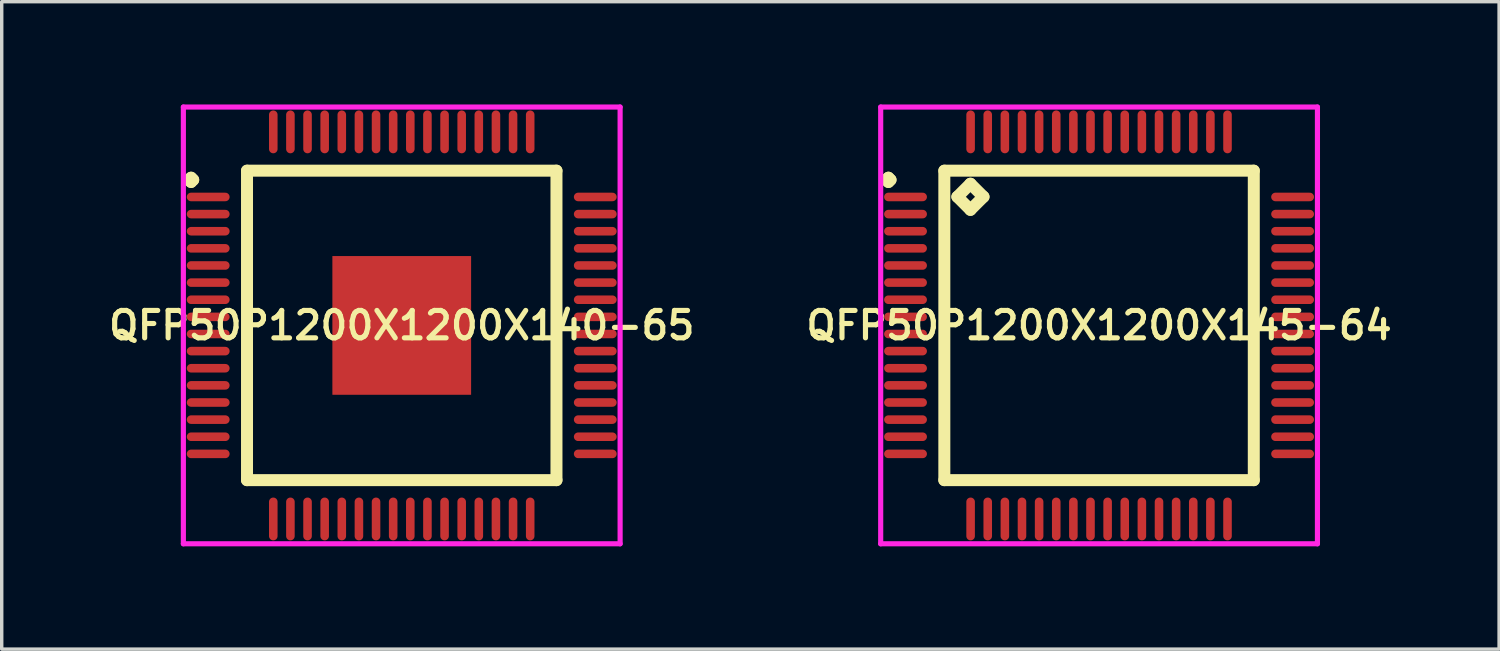
<source format=kicad_pcb>
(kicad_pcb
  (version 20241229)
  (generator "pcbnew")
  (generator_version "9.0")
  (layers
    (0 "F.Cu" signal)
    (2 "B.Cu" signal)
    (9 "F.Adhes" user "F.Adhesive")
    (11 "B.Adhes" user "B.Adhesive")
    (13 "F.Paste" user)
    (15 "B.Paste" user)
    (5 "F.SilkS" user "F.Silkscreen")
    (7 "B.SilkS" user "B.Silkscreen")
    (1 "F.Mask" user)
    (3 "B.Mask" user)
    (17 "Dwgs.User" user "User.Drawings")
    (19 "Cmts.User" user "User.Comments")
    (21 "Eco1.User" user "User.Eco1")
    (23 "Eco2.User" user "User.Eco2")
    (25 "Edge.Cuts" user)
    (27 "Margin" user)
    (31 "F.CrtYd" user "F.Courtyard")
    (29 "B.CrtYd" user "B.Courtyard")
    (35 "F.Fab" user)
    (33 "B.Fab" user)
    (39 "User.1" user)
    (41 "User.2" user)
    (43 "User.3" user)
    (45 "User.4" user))
  (footprint "QFP50P1200X1200X140-65"
    (layer "F.Cu")
    (at 8.678 6.45)
    (property "Reference" "QFP50P1200X1200X140-65" (at 0 0 0) (layer "F.SilkS") (effects (font (size 0.8 0.8) (thickness 0.15))))
    (attr smd)
    (fp_line (start -6.213 -4.25) (end -6.15 -4.312) (stroke (width 0.35) (type solid)) (layer "F.SilkS"))
    (fp_line (start -6.15 -4.312) (end -6.088 -4.25) (stroke (width 0.35) (type solid)) (layer "F.SilkS"))
    (fp_line (start -6.15 -4.188) (end -6.213 -4.25) (stroke (width 0.35) (type solid)) (layer "F.SilkS"))
    (fp_line (start -6.088 -4.25) (end -6.15 -4.188) (stroke (width 0.35) (type solid)) (layer "F.SilkS"))
    (fp_line (start -4.517 -4.517) (end -4.517 4.517) (stroke (width 0.35) (type solid)) (layer "F.SilkS"))
    (fp_line (start -4.517 4.517) (end 4.517 4.517) (stroke (width 0.35) (type solid)) (layer "F.SilkS"))
    (fp_line (start 4.517 -4.517) (end -4.517 -4.517) (stroke (width 0.35) (type solid)) (layer "F.SilkS"))
    (fp_line (start 4.517 4.517) (end 4.517 -4.517) (stroke (width 0.35) (type solid)) (layer "F.SilkS"))
    (fp_line (start -6.375 -6.375) (end 6.375 -6.375) (stroke (width 0.15) (type solid)) (layer "F.CrtYd"))
    (fp_line (start -6.375 6.375) (end -6.375 -6.375) (stroke (width 0.15) (type solid)) (layer "F.CrtYd"))
    (fp_line (start 6.375 -6.375) (end 6.375 6.375) (stroke (width 0.15) (type solid)) (layer "F.CrtYd"))
    (fp_line (start 6.375 6.375) (end -6.375 6.375) (stroke (width 0.15) (type solid)) (layer "F.CrtYd"))
    (pad "1" smd oval (at -5.65 -3.75) (size 1.25 0.25) (layers "F.Cu" "F.Mask" "F.Paste"))
    (pad "2" smd oval (at -5.65 -3.25) (size 1.25 0.25) (layers "F.Cu" "F.Mask" "F.Paste"))
    (pad "3" smd oval (at -5.65 -2.75) (size 1.25 0.25) (layers "F.Cu" "F.Mask" "F.Paste"))
    (pad "4" smd oval (at -5.65 -2.25) (size 1.25 0.25) (layers "F.Cu" "F.Mask" "F.Paste"))
    (pad "5" smd oval (at -5.65 -1.75) (size 1.25 0.25) (layers "F.Cu" "F.Mask" "F.Paste"))
    (pad "6" smd oval (at -5.65 -1.25) (size 1.25 0.25) (layers "F.Cu" "F.Mask" "F.Paste"))
    (pad "7" smd oval (at -5.65 -0.75) (size 1.25 0.25) (layers "F.Cu" "F.Mask" "F.Paste"))
    (pad "8" smd oval (at -5.65 -0.25) (size 1.25 0.25) (layers "F.Cu" "F.Mask" "F.Paste"))
    (pad "9" smd oval (at -5.65 0.25) (size 1.25 0.25) (layers "F.Cu" "F.Mask" "F.Paste"))
    (pad "10" smd oval (at -5.65 0.75) (size 1.25 0.25) (layers "F.Cu" "F.Mask" "F.Paste"))
    (pad "11" smd oval (at -5.65 1.25) (size 1.25 0.25) (layers "F.Cu" "F.Mask" "F.Paste"))
    (pad "12" smd oval (at -5.65 1.75) (size 1.25 0.25) (layers "F.Cu" "F.Mask" "F.Paste"))
    (pad "13" smd oval (at -5.65 2.25) (size 1.25 0.25) (layers "F.Cu" "F.Mask" "F.Paste"))
    (pad "14" smd oval (at -5.65 2.75) (size 1.25 0.25) (layers "F.Cu" "F.Mask" "F.Paste"))
    (pad "15" smd oval (at -5.65 3.25) (size 1.25 0.25) (layers "F.Cu" "F.Mask" "F.Paste"))
    (pad "16" smd oval (at -5.65 3.75) (size 1.25 0.25) (layers "F.Cu" "F.Mask" "F.Paste"))
    (pad "17" smd oval (at -3.75 5.65) (size 0.25 1.25) (layers "F.Cu" "F.Mask" "F.Paste"))
    (pad "18" smd oval (at -3.25 5.65) (size 0.25 1.25) (layers "F.Cu" "F.Mask" "F.Paste"))
    (pad "19" smd oval (at -2.75 5.65) (size 0.25 1.25) (layers "F.Cu" "F.Mask" "F.Paste"))
    (pad "20" smd oval (at -2.25 5.65) (size 0.25 1.25) (layers "F.Cu" "F.Mask" "F.Paste"))
    (pad "21" smd oval (at -1.75 5.65) (size 0.25 1.25) (layers "F.Cu" "F.Mask" "F.Paste"))
    (pad "22" smd oval (at -1.25 5.65) (size 0.25 1.25) (layers "F.Cu" "F.Mask" "F.Paste"))
    (pad "23" smd oval (at -0.75 5.65) (size 0.25 1.25) (layers "F.Cu" "F.Mask" "F.Paste"))
    (pad "24" smd oval (at -0.25 5.65) (size 0.25 1.25) (layers "F.Cu" "F.Mask" "F.Paste"))
    (pad "25" smd oval (at 0.25 5.65) (size 0.25 1.25) (layers "F.Cu" "F.Mask" "F.Paste"))
    (pad "26" smd oval (at 0.75 5.65) (size 0.25 1.25) (layers "F.Cu" "F.Mask" "F.Paste"))
    (pad "27" smd oval (at 1.25 5.65) (size 0.25 1.25) (layers "F.Cu" "F.Mask" "F.Paste"))
    (pad "28" smd oval (at 1.75 5.65) (size 0.25 1.25) (layers "F.Cu" "F.Mask" "F.Paste"))
    (pad "29" smd oval (at 2.25 5.65) (size 0.25 1.25) (layers "F.Cu" "F.Mask" "F.Paste"))
    (pad "30" smd oval (at 2.75 5.65) (size 0.25 1.25) (layers "F.Cu" "F.Mask" "F.Paste"))
    (pad "31" smd oval (at 3.25 5.65) (size 0.25 1.25) (layers "F.Cu" "F.Mask" "F.Paste"))
    (pad "32" smd oval (at 3.75 5.65) (size 0.25 1.25) (layers "F.Cu" "F.Mask" "F.Paste"))
    (pad "33" smd oval (at 5.65 3.75) (size 1.25 0.25) (layers "F.Cu" "F.Mask" "F.Paste"))
    (pad "34" smd oval (at 5.65 3.25) (size 1.25 0.25) (layers "F.Cu" "F.Mask" "F.Paste"))
    (pad "35" smd oval (at 5.65 2.75) (size 1.25 0.25) (layers "F.Cu" "F.Mask" "F.Paste"))
    (pad "36" smd oval (at 5.65 2.25) (size 1.25 0.25) (layers "F.Cu" "F.Mask" "F.Paste"))
    (pad "37" smd oval (at 5.65 1.75) (size 1.25 0.25) (layers "F.Cu" "F.Mask" "F.Paste"))
    (pad "38" smd oval (at 5.65 1.25) (size 1.25 0.25) (layers "F.Cu" "F.Mask" "F.Paste"))
    (pad "39" smd oval (at 5.65 0.75) (size 1.25 0.25) (layers "F.Cu" "F.Mask" "F.Paste"))
    (pad "40" smd oval (at 5.65 0.25) (size 1.25 0.25) (layers "F.Cu" "F.Mask" "F.Paste"))
    (pad "41" smd oval (at 5.65 -0.25) (size 1.25 0.25) (layers "F.Cu" "F.Mask" "F.Paste"))
    (pad "42" smd oval (at 5.65 -0.75) (size 1.25 0.25) (layers "F.Cu" "F.Mask" "F.Paste"))
    (pad "43" smd oval (at 5.65 -1.25) (size 1.25 0.25) (layers "F.Cu" "F.Mask" "F.Paste"))
    (pad "44" smd oval (at 5.65 -1.75) (size 1.25 0.25) (layers "F.Cu" "F.Mask" "F.Paste"))
    (pad "45" smd oval (at 5.65 -2.25) (size 1.25 0.25) (layers "F.Cu" "F.Mask" "F.Paste"))
    (pad "46" smd oval (at 5.65 -2.75) (size 1.25 0.25) (layers "F.Cu" "F.Mask" "F.Paste"))
    (pad "47" smd oval (at 5.65 -3.25) (size 1.25 0.25) (layers "F.Cu" "F.Mask" "F.Paste"))
    (pad "48" smd oval (at 5.65 -3.75) (size 1.25 0.25) (layers "F.Cu" "F.Mask" "F.Paste"))
    (pad "49" smd oval (at 3.75 -5.65) (size 0.25 1.25) (layers "F.Cu" "F.Mask" "F.Paste"))
    (pad "50" smd oval (at 3.25 -5.65) (size 0.25 1.25) (layers "F.Cu" "F.Mask" "F.Paste"))
    (pad "51" smd oval (at 2.75 -5.65) (size 0.25 1.25) (layers "F.Cu" "F.Mask" "F.Paste"))
    (pad "52" smd oval (at 2.25 -5.65) (size 0.25 1.25) (layers "F.Cu" "F.Mask" "F.Paste"))
    (pad "53" smd oval (at 1.75 -5.65) (size 0.25 1.25) (layers "F.Cu" "F.Mask" "F.Paste"))
    (pad "54" smd oval (at 1.25 -5.65) (size 0.25 1.25) (layers "F.Cu" "F.Mask" "F.Paste"))
    (pad "55" smd oval (at 0.75 -5.65) (size 0.25 1.25) (layers "F.Cu" "F.Mask" "F.Paste"))
    (pad "56" smd oval (at 0.25 -5.65) (size 0.25 1.25) (layers "F.Cu" "F.Mask" "F.Paste"))
    (pad "57" smd oval (at -0.25 -5.65) (size 0.25 1.25) (layers "F.Cu" "F.Mask" "F.Paste"))
    (pad "58" smd oval (at -0.75 -5.65) (size 0.25 1.25) (layers "F.Cu" "F.Mask" "F.Paste"))
    (pad "59" smd oval (at -1.25 -5.65) (size 0.25 1.25) (layers "F.Cu" "F.Mask" "F.Paste"))
    (pad "60" smd oval (at -1.75 -5.65) (size 0.25 1.25) (layers "F.Cu" "F.Mask" "F.Paste"))
    (pad "61" smd oval (at -2.25 -5.65) (size 0.25 1.25) (layers "F.Cu" "F.Mask" "F.Paste"))
    (pad "62" smd oval (at -2.75 -5.65) (size 0.25 1.25) (layers "F.Cu" "F.Mask" "F.Paste"))
    (pad "63" smd oval (at -3.25 -5.65) (size 0.25 1.25) (layers "F.Cu" "F.Mask" "F.Paste"))
    (pad "64" smd oval (at -3.75 -5.65) (size 0.25 1.25) (layers "F.Cu" "F.Mask" "F.Paste"))
    (pad "65" smd rect (at 0 0) (size 4.05 4.05) (layers "F.Cu" "F.Mask" "F.Paste")))
  (footprint "QFP50P1200X1200X145-64"
    (layer "F.Cu")
    (at 29.035 6.45)
    (property "Reference" "QFP50P1200X1200X145-64" (at 0 0 0) (layer "F.SilkS") (effects (font (size 0.8 0.8) (thickness 0.15))))
    (attr smd)
    (fp_line (start -6.213 -4.25) (end -6.15 -4.312) (stroke (width 0.35) (type solid)) (layer "F.SilkS"))
    (fp_line (start -6.15 -4.312) (end -6.088 -4.25) (stroke (width 0.35) (type solid)) (layer "F.SilkS"))
    (fp_line (start -6.15 -4.188) (end -6.213 -4.25) (stroke (width 0.35) (type solid)) (layer "F.SilkS"))
    (fp_line (start -6.088 -4.25) (end -6.15 -4.188) (stroke (width 0.35) (type solid)) (layer "F.SilkS"))
    (fp_line (start -4.517 -4.517) (end -4.517 4.517) (stroke (width 0.35) (type solid)) (layer "F.SilkS"))
    (fp_line (start -4.517 4.517) (end 4.517 4.517) (stroke (width 0.35) (type solid)) (layer "F.SilkS"))
    (fp_line (start -4.136 -3.755) (end -3.755 -4.136) (stroke (width 0.35) (type solid)) (layer "F.SilkS"))
    (fp_line (start -3.755 -4.136) (end -3.374 -3.755) (stroke (width 0.35) (type solid)) (layer "F.SilkS"))
    (fp_line (start -3.755 -3.374) (end -4.136 -3.755) (stroke (width 0.35) (type solid)) (layer "F.SilkS"))
    (fp_line (start -3.374 -3.755) (end -3.755 -3.374) (stroke (width 0.35) (type solid)) (layer "F.SilkS"))
    (fp_line (start 4.517 -4.517) (end -4.517 -4.517) (stroke (width 0.35) (type solid)) (layer "F.SilkS"))
    (fp_line (start 4.517 4.517) (end 4.517 -4.517) (stroke (width 0.35) (type solid)) (layer "F.SilkS"))
    (fp_line (start -6.375 -6.375) (end 6.375 -6.375) (stroke (width 0.15) (type solid)) (layer "F.CrtYd"))
    (fp_line (start -6.375 6.375) (end -6.375 -6.375) (stroke (width 0.15) (type solid)) (layer "F.CrtYd"))
    (fp_line (start 6.375 -6.375) (end 6.375 6.375) (stroke (width 0.15) (type solid)) (layer "F.CrtYd"))
    (fp_line (start 6.375 6.375) (end -6.375 6.375) (stroke (width 0.15) (type solid)) (layer "F.CrtYd"))
    (pad "1" smd oval (at -5.65 -3.75) (size 1.25 0.25) (layers "F.Cu" "F.Mask" "F.Paste"))
    (pad "2" smd oval (at -5.65 -3.25) (size 1.25 0.25) (layers "F.Cu" "F.Mask" "F.Paste"))
    (pad "3" smd oval (at -5.65 -2.75) (size 1.25 0.25) (layers "F.Cu" "F.Mask" "F.Paste"))
    (pad "4" smd oval (at -5.65 -2.25) (size 1.25 0.25) (layers "F.Cu" "F.Mask" "F.Paste"))
    (pad "5" smd oval (at -5.65 -1.75) (size 1.25 0.25) (layers "F.Cu" "F.Mask" "F.Paste"))
    (pad "6" smd oval (at -5.65 -1.25) (size 1.25 0.25) (layers "F.Cu" "F.Mask" "F.Paste"))
    (pad "7" smd oval (at -5.65 -0.75) (size 1.25 0.25) (layers "F.Cu" "F.Mask" "F.Paste"))
    (pad "8" smd oval (at -5.65 -0.25) (size 1.25 0.25) (layers "F.Cu" "F.Mask" "F.Paste"))
    (pad "9" smd oval (at -5.65 0.25) (size 1.25 0.25) (layers "F.Cu" "F.Mask" "F.Paste"))
    (pad "10" smd oval (at -5.65 0.75) (size 1.25 0.25) (layers "F.Cu" "F.Mask" "F.Paste"))
    (pad "11" smd oval (at -5.65 1.25) (size 1.25 0.25) (layers "F.Cu" "F.Mask" "F.Paste"))
    (pad "12" smd oval (at -5.65 1.75) (size 1.25 0.25) (layers "F.Cu" "F.Mask" "F.Paste"))
    (pad "13" smd oval (at -5.65 2.25) (size 1.25 0.25) (layers "F.Cu" "F.Mask" "F.Paste"))
    (pad "14" smd oval (at -5.65 2.75) (size 1.25 0.25) (layers "F.Cu" "F.Mask" "F.Paste"))
    (pad "15" smd oval (at -5.65 3.25) (size 1.25 0.25) (layers "F.Cu" "F.Mask" "F.Paste"))
    (pad "16" smd oval (at -5.65 3.75) (size 1.25 0.25) (layers "F.Cu" "F.Mask" "F.Paste"))
    (pad "17" smd oval (at -3.75 5.65) (size 0.25 1.25) (layers "F.Cu" "F.Mask" "F.Paste"))
    (pad "18" smd oval (at -3.25 5.65) (size 0.25 1.25) (layers "F.Cu" "F.Mask" "F.Paste"))
    (pad "19" smd oval (at -2.75 5.65) (size 0.25 1.25) (layers "F.Cu" "F.Mask" "F.Paste"))
    (pad "20" smd oval (at -2.25 5.65) (size 0.25 1.25) (layers "F.Cu" "F.Mask" "F.Paste"))
    (pad "21" smd oval (at -1.75 5.65) (size 0.25 1.25) (layers "F.Cu" "F.Mask" "F.Paste"))
    (pad "22" smd oval (at -1.25 5.65) (size 0.25 1.25) (layers "F.Cu" "F.Mask" "F.Paste"))
    (pad "23" smd oval (at -0.75 5.65) (size 0.25 1.25) (layers "F.Cu" "F.Mask" "F.Paste"))
    (pad "24" smd oval (at -0.25 5.65) (size 0.25 1.25) (layers "F.Cu" "F.Mask" "F.Paste"))
    (pad "25" smd oval (at 0.25 5.65) (size 0.25 1.25) (layers "F.Cu" "F.Mask" "F.Paste"))
    (pad "26" smd oval (at 0.75 5.65) (size 0.25 1.25) (layers "F.Cu" "F.Mask" "F.Paste"))
    (pad "27" smd oval (at 1.25 5.65) (size 0.25 1.25) (layers "F.Cu" "F.Mask" "F.Paste"))
    (pad "28" smd oval (at 1.75 5.65) (size 0.25 1.25) (layers "F.Cu" "F.Mask" "F.Paste"))
    (pad "29" smd oval (at 2.25 5.65) (size 0.25 1.25) (layers "F.Cu" "F.Mask" "F.Paste"))
    (pad "30" smd oval (at 2.75 5.65) (size 0.25 1.25) (layers "F.Cu" "F.Mask" "F.Paste"))
    (pad "31" smd oval (at 3.25 5.65) (size 0.25 1.25) (layers "F.Cu" "F.Mask" "F.Paste"))
    (pad "32" smd oval (at 3.75 5.65) (size 0.25 1.25) (layers "F.Cu" "F.Mask" "F.Paste"))
    (pad "33" smd oval (at 5.65 3.75) (size 1.25 0.25) (layers "F.Cu" "F.Mask" "F.Paste"))
    (pad "34" smd oval (at 5.65 3.25) (size 1.25 0.25) (layers "F.Cu" "F.Mask" "F.Paste"))
    (pad "35" smd oval (at 5.65 2.75) (size 1.25 0.25) (layers "F.Cu" "F.Mask" "F.Paste"))
    (pad "36" smd oval (at 5.65 2.25) (size 1.25 0.25) (layers "F.Cu" "F.Mask" "F.Paste"))
    (pad "37" smd oval (at 5.65 1.75) (size 1.25 0.25) (layers "F.Cu" "F.Mask" "F.Paste"))
    (pad "38" smd oval (at 5.65 1.25) (size 1.25 0.25) (layers "F.Cu" "F.Mask" "F.Paste"))
    (pad "39" smd oval (at 5.65 0.75) (size 1.25 0.25) (layers "F.Cu" "F.Mask" "F.Paste"))
    (pad "40" smd oval (at 5.65 0.25) (size 1.25 0.25) (layers "F.Cu" "F.Mask" "F.Paste"))
    (pad "41" smd oval (at 5.65 -0.25) (size 1.25 0.25) (layers "F.Cu" "F.Mask" "F.Paste"))
    (pad "42" smd oval (at 5.65 -0.75) (size 1.25 0.25) (layers "F.Cu" "F.Mask" "F.Paste"))
    (pad "43" smd oval (at 5.65 -1.25) (size 1.25 0.25) (layers "F.Cu" "F.Mask" "F.Paste"))
    (pad "44" smd oval (at 5.65 -1.75) (size 1.25 0.25) (layers "F.Cu" "F.Mask" "F.Paste"))
    (pad "45" smd oval (at 5.65 -2.25) (size 1.25 0.25) (layers "F.Cu" "F.Mask" "F.Paste"))
    (pad "46" smd oval (at 5.65 -2.75) (size 1.25 0.25) (layers "F.Cu" "F.Mask" "F.Paste"))
    (pad "47" smd oval (at 5.65 -3.25) (size 1.25 0.25) (layers "F.Cu" "F.Mask" "F.Paste"))
    (pad "48" smd oval (at 5.65 -3.75) (size 1.25 0.25) (layers "F.Cu" "F.Mask" "F.Paste"))
    (pad "49" smd oval (at 3.75 -5.65) (size 0.25 1.25) (layers "F.Cu" "F.Mask" "F.Paste"))
    (pad "50" smd oval (at 3.25 -5.65) (size 0.25 1.25) (layers "F.Cu" "F.Mask" "F.Paste"))
    (pad "51" smd oval (at 2.75 -5.65) (size 0.25 1.25) (layers "F.Cu" "F.Mask" "F.Paste"))
    (pad "52" smd oval (at 2.25 -5.65) (size 0.25 1.25) (layers "F.Cu" "F.Mask" "F.Paste"))
    (pad "53" smd oval (at 1.75 -5.65) (size 0.25 1.25) (layers "F.Cu" "F.Mask" "F.Paste"))
    (pad "54" smd oval (at 1.25 -5.65) (size 0.25 1.25) (layers "F.Cu" "F.Mask" "F.Paste"))
    (pad "55" smd oval (at 0.75 -5.65) (size 0.25 1.25) (layers "F.Cu" "F.Mask" "F.Paste"))
    (pad "56" smd oval (at 0.25 -5.65) (size 0.25 1.25) (layers "F.Cu" "F.Mask" "F.Paste"))
    (pad "57" smd oval (at -0.25 -5.65) (size 0.25 1.25) (layers "F.Cu" "F.Mask" "F.Paste"))
    (pad "58" smd oval (at -0.75 -5.65) (size 0.25 1.25) (layers "F.Cu" "F.Mask" "F.Paste"))
    (pad "59" smd oval (at -1.25 -5.65) (size 0.25 1.25) (layers "F.Cu" "F.Mask" "F.Paste"))
    (pad "60" smd oval (at -1.75 -5.65) (size 0.25 1.25) (layers "F.Cu" "F.Mask" "F.Paste"))
    (pad "61" smd oval (at -2.25 -5.65) (size 0.25 1.25) (layers "F.Cu" "F.Mask" "F.Paste"))
    (pad "62" smd oval (at -2.75 -5.65) (size 0.25 1.25) (layers "F.Cu" "F.Mask" "F.Paste"))
    (pad "63" smd oval (at -3.25 -5.65) (size 0.25 1.25) (layers "F.Cu" "F.Mask" "F.Paste"))
    (pad "64" smd oval (at -3.75 -5.65) (size 0.25 1.25) (layers "F.Cu" "F.Mask" "F.Paste")))
  (gr_rect
    (start -3 -3)
    (end 40.713 15.9)
    (stroke (width 0.1) (type default))
    (fill no)
    (layer "Edge.Cuts")))
</source>
